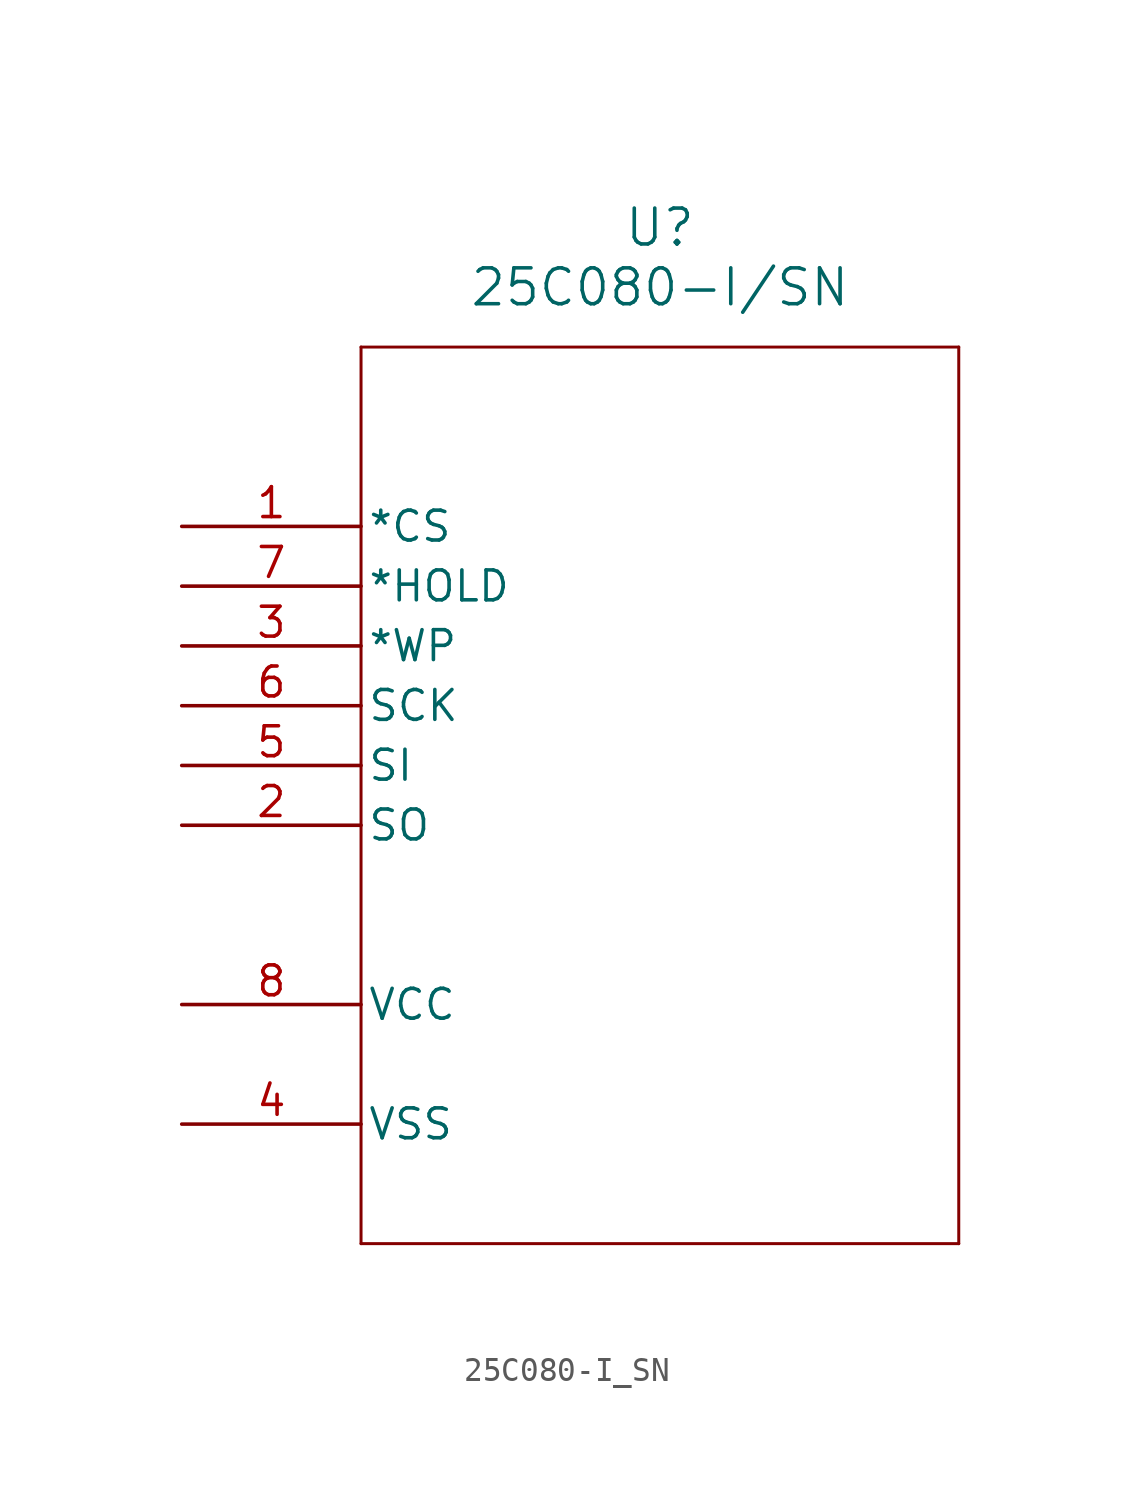
<source format=kicad_sym>
(kicad_symbol_lib
  (version 20211014)
  (generator kicad_symbol_editor)
  (symbol "25C080-I_SN"
    (pin_names
      (offset 0.254))
    (property "Reference" "U"
      (at 20.32 12.7 0)
      (effects (font (size 1.524 1.524))))
    (property "Value" "25C080-I/SN"
      (at 20.32 10.16 0)
      (effects (font (size 1.524 1.524))))
    (symbol "25C080-I_SN_0_1"
      (polyline (pts (xy 7.62 7.62) (xy 7.62 -30.48)) (stroke (width 0.127) (type default) (color 0 0 0 0)) (fill (type none)))
      (polyline (pts (xy 7.62 -30.48) (xy 33.02 -30.48)) (stroke (width 0.127) (type default) (color 0 0 0 0)) (fill (type none)))
      (polyline (pts (xy 33.02 -30.48) (xy 33.02 7.62)) (stroke (width 0.127) (type default) (color 0 0 0 0)) (fill (type none)))
      (polyline (pts (xy 33.02 7.62) (xy 7.62 7.62)) (stroke (width 0.127) (type default) (color 0 0 0 0)) (fill (type none)))
      (pin unspecified line (at 0 0 0) (length 7.62) (name "*CS" (effects (font (size 1.27 1.27)))) (number "1" (effects (font (size 1.27 1.27)))))
      (pin unspecified line (at 0 -12.7 0) (length 7.62) (name "SO" (effects (font (size 1.27 1.27)))) (number "2" (effects (font (size 1.27 1.27)))))
      (pin unspecified line (at 0 -5.08 0) (length 7.62) (name "*WP" (effects (font (size 1.27 1.27)))) (number "3" (effects (font (size 1.27 1.27)))))
      (pin unspecified line (at 0 -25.4 0) (length 7.62) (name "VSS" (effects (font (size 1.27 1.27)))) (number "4" (effects (font (size 1.27 1.27)))))
      (pin unspecified line (at 0 -10.16 0) (length 7.62) (name "SI" (effects (font (size 1.27 1.27)))) (number "5" (effects (font (size 1.27 1.27)))))
      (pin unspecified line (at 0 -7.62 0) (length 7.62) (name "SCK" (effects (font (size 1.27 1.27)))) (number "6" (effects (font (size 1.27 1.27)))))
      (pin unspecified line (at 0 -2.54 0) (length 7.62) (name "*HOLD" (effects (font (size 1.27 1.27)))) (number "7" (effects (font (size 1.27 1.27)))))
      (pin unspecified line (at 0 -20.32 0) (length 7.62) (name "VCC" (effects (font (size 1.27 1.27)))) (number "8" (effects (font (size 1.27 1.27))))))))
</source>
